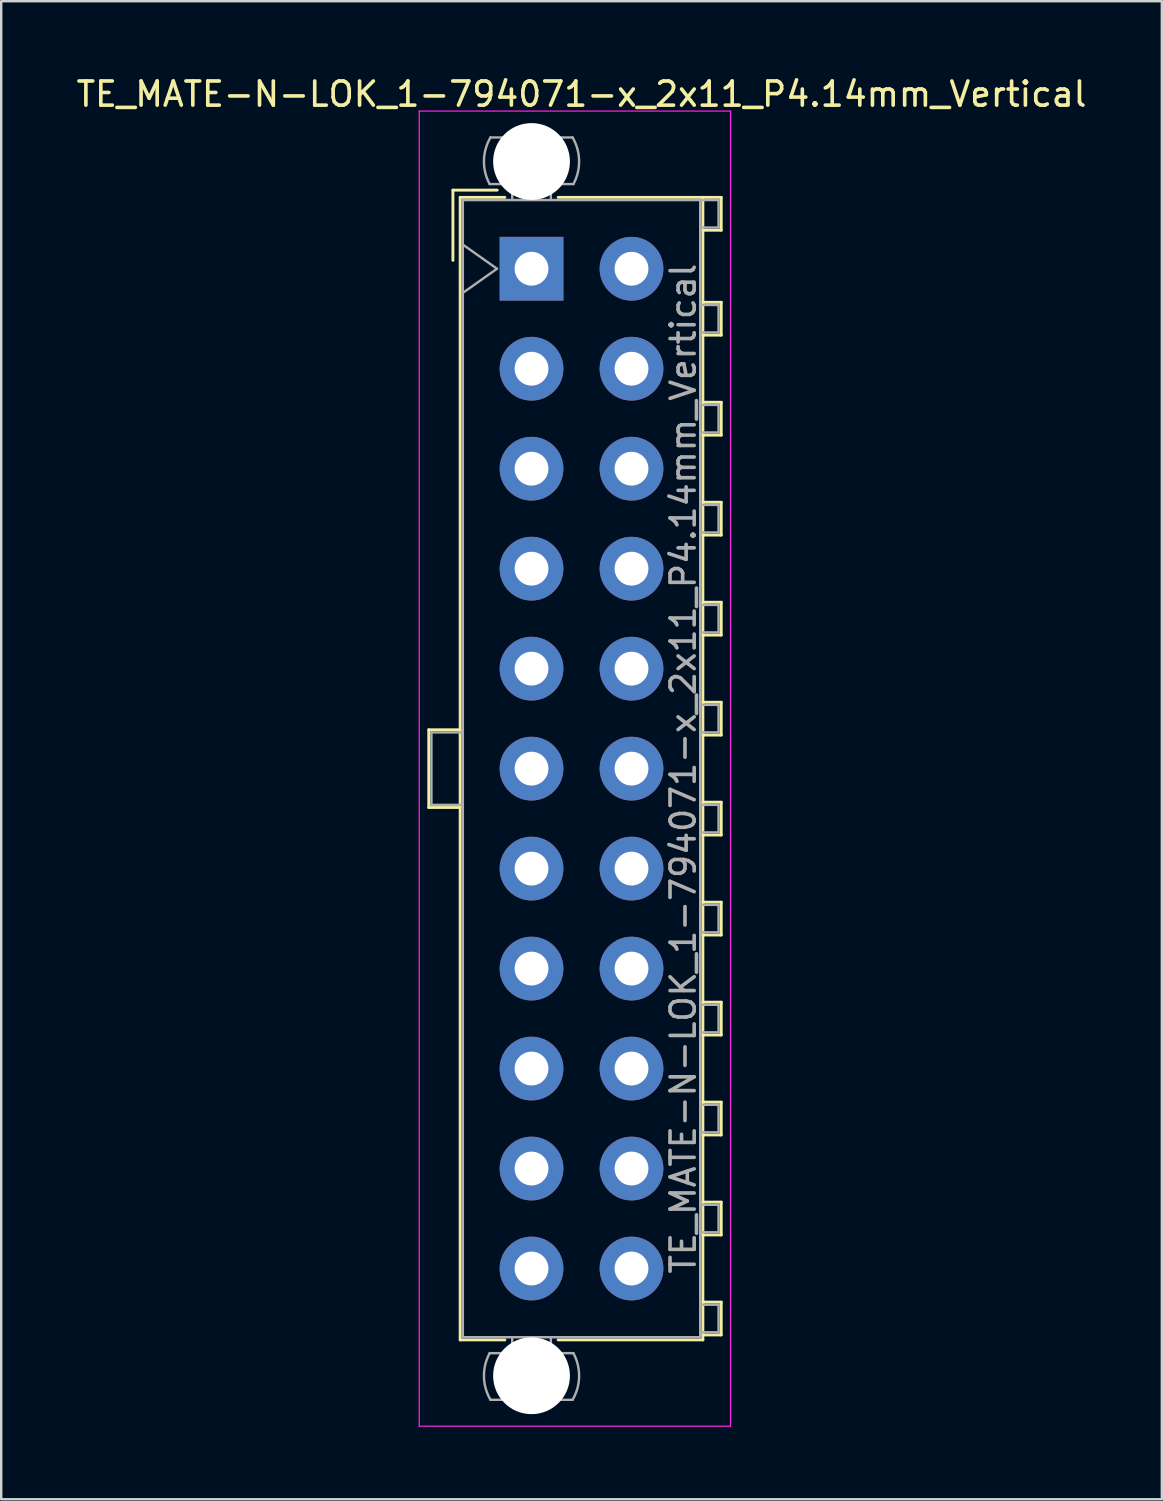
<source format=kicad_pcb>
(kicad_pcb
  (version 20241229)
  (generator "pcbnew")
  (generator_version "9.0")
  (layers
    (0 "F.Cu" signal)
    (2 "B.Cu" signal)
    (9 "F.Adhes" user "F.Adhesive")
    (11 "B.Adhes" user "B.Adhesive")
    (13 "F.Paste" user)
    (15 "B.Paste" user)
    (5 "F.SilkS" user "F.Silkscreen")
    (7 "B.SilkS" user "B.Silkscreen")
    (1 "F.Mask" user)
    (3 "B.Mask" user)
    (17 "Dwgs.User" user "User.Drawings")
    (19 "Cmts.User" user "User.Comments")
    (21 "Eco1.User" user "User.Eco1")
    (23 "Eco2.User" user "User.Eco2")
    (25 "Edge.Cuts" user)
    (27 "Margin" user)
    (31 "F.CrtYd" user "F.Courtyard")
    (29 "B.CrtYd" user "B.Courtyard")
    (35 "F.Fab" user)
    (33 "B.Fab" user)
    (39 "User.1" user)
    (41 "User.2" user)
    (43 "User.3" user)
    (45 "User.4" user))
  (footprint "TE_MATE-N-LOK_1-794071-x_2x11_P4.14mm_Vertical"
    (layer "F.Cu")
    (at 18.96 8.078)
    (property "Reference" "TE_MATE-N-LOK_1-794071-x_2x11_P4.14mm_Vertical" (at 2.07 -7.23 0) (layer "F.SilkS") (effects (font (size 1 1) (thickness 0.15))))
    (attr through_hole)
    (fp_line (start -4.255 19.09) (end -4.255 22.31) (stroke (width 0.12) (type solid)) (layer "F.SilkS"))
    (fp_line (start -4.255 22.31) (end -2.955 22.31) (stroke (width 0.12) (type solid)) (layer "F.SilkS"))
    (fp_line (start -3.255 -3.255) (end -3.255 -0.345) (stroke (width 0.12) (type solid)) (layer "F.SilkS"))
    (fp_line (start -2.955 -2.955) (end -2.955 44.355) (stroke (width 0.12) (type solid)) (layer "F.SilkS"))
    (fp_line (start -2.955 19.09) (end -4.255 19.09) (stroke (width 0.12) (type solid)) (layer "F.SilkS"))
    (fp_line (start -2.955 44.355) (end -1.103 44.355) (stroke (width 0.12) (type solid)) (layer "F.SilkS"))
    (fp_line (start -1.421 -3.255) (end -3.255 -3.255) (stroke (width 0.12) (type solid)) (layer "F.SilkS"))
    (fp_line (start -1.103 -2.955) (end -2.955 -2.955) (stroke (width 0.12) (type solid)) (layer "F.SilkS"))
    (fp_line (start 1.103 -2.955) (end 7.095 -2.955) (stroke (width 0.12) (type solid)) (layer "F.SilkS"))
    (fp_line (start 7.095 -2.955) (end 7.095 44.355) (stroke (width 0.12) (type solid)) (layer "F.SilkS"))
    (fp_line (start 7.095 -2.955) (end 7.855 -2.955) (stroke (width 0.12) (type solid)) (layer "F.SilkS"))
    (fp_line (start 7.095 1.39) (end 7.855 1.39) (stroke (width 0.12) (type solid)) (layer "F.SilkS"))
    (fp_line (start 7.095 5.53) (end 7.855 5.53) (stroke (width 0.12) (type solid)) (layer "F.SilkS"))
    (fp_line (start 7.095 9.67) (end 7.855 9.67) (stroke (width 0.12) (type solid)) (layer "F.SilkS"))
    (fp_line (start 7.095 13.81) (end 7.855 13.81) (stroke (width 0.12) (type solid)) (layer "F.SilkS"))
    (fp_line (start 7.095 17.95) (end 7.855 17.95) (stroke (width 0.12) (type solid)) (layer "F.SilkS"))
    (fp_line (start 7.095 22.09) (end 7.855 22.09) (stroke (width 0.12) (type solid)) (layer "F.SilkS"))
    (fp_line (start 7.095 26.23) (end 7.855 26.23) (stroke (width 0.12) (type solid)) (layer "F.SilkS"))
    (fp_line (start 7.095 30.37) (end 7.855 30.37) (stroke (width 0.12) (type solid)) (layer "F.SilkS"))
    (fp_line (start 7.095 34.51) (end 7.855 34.51) (stroke (width 0.12) (type solid)) (layer "F.SilkS"))
    (fp_line (start 7.095 38.65) (end 7.855 38.65) (stroke (width 0.12) (type solid)) (layer "F.SilkS"))
    (fp_line (start 7.095 42.79) (end 7.855 42.79) (stroke (width 0.12) (type solid)) (layer "F.SilkS"))
    (fp_line (start 7.095 44.355) (end 1.103 44.355) (stroke (width 0.12) (type solid)) (layer "F.SilkS"))
    (fp_line (start 7.855 -2.955) (end 7.855 -1.595) (stroke (width 0.12) (type solid)) (layer "F.SilkS"))
    (fp_line (start 7.855 -1.595) (end 7.095 -1.595) (stroke (width 0.12) (type solid)) (layer "F.SilkS"))
    (fp_line (start 7.855 1.39) (end 7.855 2.75) (stroke (width 0.12) (type solid)) (layer "F.SilkS"))
    (fp_line (start 7.855 2.75) (end 7.095 2.75) (stroke (width 0.12) (type solid)) (layer "F.SilkS"))
    (fp_line (start 7.855 5.53) (end 7.855 6.89) (stroke (width 0.12) (type solid)) (layer "F.SilkS"))
    (fp_line (start 7.855 6.89) (end 7.095 6.89) (stroke (width 0.12) (type solid)) (layer "F.SilkS"))
    (fp_line (start 7.855 9.67) (end 7.855 11.03) (stroke (width 0.12) (type solid)) (layer "F.SilkS"))
    (fp_line (start 7.855 11.03) (end 7.095 11.03) (stroke (width 0.12) (type solid)) (layer "F.SilkS"))
    (fp_line (start 7.855 13.81) (end 7.855 15.17) (stroke (width 0.12) (type solid)) (layer "F.SilkS"))
    (fp_line (start 7.855 15.17) (end 7.095 15.17) (stroke (width 0.12) (type solid)) (layer "F.SilkS"))
    (fp_line (start 7.855 17.95) (end 7.855 19.31) (stroke (width 0.12) (type solid)) (layer "F.SilkS"))
    (fp_line (start 7.855 19.31) (end 7.095 19.31) (stroke (width 0.12) (type solid)) (layer "F.SilkS"))
    (fp_line (start 7.855 22.09) (end 7.855 23.45) (stroke (width 0.12) (type solid)) (layer "F.SilkS"))
    (fp_line (start 7.855 23.45) (end 7.095 23.45) (stroke (width 0.12) (type solid)) (layer "F.SilkS"))
    (fp_line (start 7.855 26.23) (end 7.855 27.59) (stroke (width 0.12) (type solid)) (layer "F.SilkS"))
    (fp_line (start 7.855 27.59) (end 7.095 27.59) (stroke (width 0.12) (type solid)) (layer "F.SilkS"))
    (fp_line (start 7.855 30.37) (end 7.855 31.73) (stroke (width 0.12) (type solid)) (layer "F.SilkS"))
    (fp_line (start 7.855 31.73) (end 7.095 31.73) (stroke (width 0.12) (type solid)) (layer "F.SilkS"))
    (fp_line (start 7.855 34.51) (end 7.855 35.87) (stroke (width 0.12) (type solid)) (layer "F.SilkS"))
    (fp_line (start 7.855 35.87) (end 7.095 35.87) (stroke (width 0.12) (type solid)) (layer "F.SilkS"))
    (fp_line (start 7.855 38.65) (end 7.855 40.01) (stroke (width 0.12) (type solid)) (layer "F.SilkS"))
    (fp_line (start 7.855 40.01) (end 7.095 40.01) (stroke (width 0.12) (type solid)) (layer "F.SilkS"))
    (fp_line (start 7.855 42.79) (end 7.855 44.15) (stroke (width 0.12) (type solid)) (layer "F.SilkS"))
    (fp_line (start 7.855 44.15) (end 7.095 44.15) (stroke (width 0.12) (type solid)) (layer "F.SilkS"))
    (fp_line (start -4.65 -6.53) (end -4.65 47.93) (stroke (width 0.05) (type solid)) (layer "F.CrtYd"))
    (fp_line (start -4.65 47.93) (end 8.24 47.93) (stroke (width 0.05) (type solid)) (layer "F.CrtYd"))
    (fp_line (start 8.24 -6.53) (end -4.65 -6.53) (stroke (width 0.05) (type solid)) (layer "F.CrtYd"))
    (fp_line (start 8.24 47.93) (end 8.24 -6.53) (stroke (width 0.05) (type solid)) (layer "F.CrtYd"))
    (fp_line (start -4.145 19.2) (end -4.145 22.2) (stroke (width 0.1) (type solid)) (layer "F.Fab"))
    (fp_line (start -4.145 22.2) (end -2.845 22.2) (stroke (width 0.1) (type solid)) (layer "F.Fab"))
    (fp_line (start -2.845 -2.845) (end -2.845 44.245) (stroke (width 0.1) (type solid)) (layer "F.Fab"))
    (fp_line (start -2.845 -1) (end -1.431 0) (stroke (width 0.1) (type solid)) (layer "F.Fab"))
    (fp_line (start -2.845 19.2) (end -4.145 19.2) (stroke (width 0.1) (type solid)) (layer "F.Fab"))
    (fp_line (start -2.845 44.245) (end 6.985 44.245) (stroke (width 0.1) (type solid)) (layer "F.Fab"))
    (fp_line (start -1.431 0) (end -2.845 1) (stroke (width 0.1) (type solid)) (layer "F.Fab"))
    (fp_line (start -0.8 -2.845) (end -0.8 -3.505) (stroke (width 0.1) (type solid)) (layer "F.Fab"))
    (fp_line (start -0.8 44.245) (end -0.8 44.905) (stroke (width 0.1) (type solid)) (layer "F.Fab"))
    (fp_line (start 0.8 -2.845) (end 0.8 -3.505) (stroke (width 0.1) (type solid)) (layer "F.Fab"))
    (fp_line (start 0.8 44.245) (end 0.8 44.905) (stroke (width 0.1) (type solid)) (layer "F.Fab"))
    (fp_line (start 1.7 -5.436) (end -1.7 -5.436) (stroke (width 0.1) (type solid)) (layer "F.Fab"))
    (fp_line (start 1.7 46.836) (end -1.7 46.836) (stroke (width 0.1) (type solid)) (layer "F.Fab"))
    (fp_line (start 1.734 -3.505) (end -1.734 -3.505) (stroke (width 0.1) (type solid)) (layer "F.Fab"))
    (fp_line (start 1.734 44.905) (end -1.734 44.905) (stroke (width 0.1) (type solid)) (layer "F.Fab"))
    (fp_line (start 6.985 -2.845) (end -2.845 -2.845) (stroke (width 0.1) (type solid)) (layer "F.Fab"))
    (fp_line (start 6.985 -2.845) (end 7.745 -2.845) (stroke (width 0.1) (type solid)) (layer "F.Fab"))
    (fp_line (start 6.985 1.5) (end 7.745 1.5) (stroke (width 0.1) (type solid)) (layer "F.Fab"))
    (fp_line (start 6.985 5.64) (end 7.745 5.64) (stroke (width 0.1) (type solid)) (layer "F.Fab"))
    (fp_line (start 6.985 9.78) (end 7.745 9.78) (stroke (width 0.1) (type solid)) (layer "F.Fab"))
    (fp_line (start 6.985 13.92) (end 7.745 13.92) (stroke (width 0.1) (type solid)) (layer "F.Fab"))
    (fp_line (start 6.985 18.06) (end 7.745 18.06) (stroke (width 0.1) (type solid)) (layer "F.Fab"))
    (fp_line (start 6.985 22.2) (end 7.745 22.2) (stroke (width 0.1) (type solid)) (layer "F.Fab"))
    (fp_line (start 6.985 26.34) (end 7.745 26.34) (stroke (width 0.1) (type solid)) (layer "F.Fab"))
    (fp_line (start 6.985 30.48) (end 7.745 30.48) (stroke (width 0.1) (type solid)) (layer "F.Fab"))
    (fp_line (start 6.985 34.62) (end 7.745 34.62) (stroke (width 0.1) (type solid)) (layer "F.Fab"))
    (fp_line (start 6.985 38.76) (end 7.745 38.76) (stroke (width 0.1) (type solid)) (layer "F.Fab"))
    (fp_line (start 6.985 42.9) (end 7.745 42.9) (stroke (width 0.1) (type solid)) (layer "F.Fab"))
    (fp_line (start 6.985 44.245) (end 6.985 -2.845) (stroke (width 0.1) (type solid)) (layer "F.Fab"))
    (fp_line (start 7.745 -2.845) (end 7.745 -1.705) (stroke (width 0.1) (type solid)) (layer "F.Fab"))
    (fp_line (start 7.745 -1.705) (end 6.985 -1.705) (stroke (width 0.1) (type solid)) (layer "F.Fab"))
    (fp_line (start 7.745 1.5) (end 7.745 2.64) (stroke (width 0.1) (type solid)) (layer "F.Fab"))
    (fp_line (start 7.745 2.64) (end 6.985 2.64) (stroke (width 0.1) (type solid)) (layer "F.Fab"))
    (fp_line (start 7.745 5.64) (end 7.745 6.78) (stroke (width 0.1) (type solid)) (layer "F.Fab"))
    (fp_line (start 7.745 6.78) (end 6.985 6.78) (stroke (width 0.1) (type solid)) (layer "F.Fab"))
    (fp_line (start 7.745 9.78) (end 7.745 10.92) (stroke (width 0.1) (type solid)) (layer "F.Fab"))
    (fp_line (start 7.745 10.92) (end 6.985 10.92) (stroke (width 0.1) (type solid)) (layer "F.Fab"))
    (fp_line (start 7.745 13.92) (end 7.745 15.06) (stroke (width 0.1) (type solid)) (layer "F.Fab"))
    (fp_line (start 7.745 15.06) (end 6.985 15.06) (stroke (width 0.1) (type solid)) (layer "F.Fab"))
    (fp_line (start 7.745 18.06) (end 7.745 19.2) (stroke (width 0.1) (type solid)) (layer "F.Fab"))
    (fp_line (start 7.745 19.2) (end 6.985 19.2) (stroke (width 0.1) (type solid)) (layer "F.Fab"))
    (fp_line (start 7.745 22.2) (end 7.745 23.34) (stroke (width 0.1) (type solid)) (layer "F.Fab"))
    (fp_line (start 7.745 23.34) (end 6.985 23.34) (stroke (width 0.1) (type solid)) (layer "F.Fab"))
    (fp_line (start 7.745 26.34) (end 7.745 27.48) (stroke (width 0.1) (type solid)) (layer "F.Fab"))
    (fp_line (start 7.745 27.48) (end 6.985 27.48) (stroke (width 0.1) (type solid)) (layer "F.Fab"))
    (fp_line (start 7.745 30.48) (end 7.745 31.62) (stroke (width 0.1) (type solid)) (layer "F.Fab"))
    (fp_line (start 7.745 31.62) (end 6.985 31.62) (stroke (width 0.1) (type solid)) (layer "F.Fab"))
    (fp_line (start 7.745 34.62) (end 7.745 35.76) (stroke (width 0.1) (type solid)) (layer "F.Fab"))
    (fp_line (start 7.745 35.76) (end 6.985 35.76) (stroke (width 0.1) (type solid)) (layer "F.Fab"))
    (fp_line (start 7.745 38.76) (end 7.745 39.9) (stroke (width 0.1) (type solid)) (layer "F.Fab"))
    (fp_line (start 7.745 39.9) (end 6.985 39.9) (stroke (width 0.1) (type solid)) (layer "F.Fab"))
    (fp_line (start 7.745 42.9) (end 7.745 44.04) (stroke (width 0.1) (type solid)) (layer "F.Fab"))
    (fp_line (start 7.745 44.04) (end 6.985 44.04) (stroke (width 0.1) (type solid)) (layer "F.Fab"))
    (fp_arc (start -1.733977 -3.505) (mid -1.96969 -4.474992) (end -1.699672 -5.436) (stroke (width 0.1) (type solid)) (layer "F.Fab"))
    (fp_arc (start -1.699672 46.836) (mid -1.969689 45.874992) (end -1.733977 44.905) (stroke (width 0.1) (type solid)) (layer "F.Fab"))
    (fp_arc (start 1.699672 -5.436) (mid 1.969689 -4.474992) (end 1.733977 -3.505) (stroke (width 0.1) (type solid)) (layer "F.Fab"))
    (fp_arc (start 1.733977 44.905) (mid 1.96969 45.874992) (end 1.699672 46.836) (stroke (width 0.1) (type solid)) (layer "F.Fab"))
    (fp_text user "${REFERENCE}" (at 6.28 20.7 90) (layer "F.Fab") (effects (font (size 1 1) (thickness 0.15))))
    (pad "" np_thru_hole circle (at 0 -4.44) (size 3.18 3.18) (drill 3.18) (layers "*.Cu" "*.Mask"))
    (pad "" np_thru_hole circle (at 0 45.84) (size 3.18 3.18) (drill 3.18) (layers "*.Cu" "*.Mask"))
    (pad "1" thru_hole rect (at 0 0) (size 2.64 2.64) (drill 1.4) (layers "*.Cu" "*.Mask"))
    (pad "2" thru_hole circle (at 0 4.14) (size 2.64 2.64) (drill 1.4) (layers "*.Cu" "*.Mask"))
    (pad "3" thru_hole circle (at 0 8.28) (size 2.64 2.64) (drill 1.4) (layers "*.Cu" "*.Mask"))
    (pad "4" thru_hole circle (at 0 12.42) (size 2.64 2.64) (drill 1.4) (layers "*.Cu" "*.Mask"))
    (pad "5" thru_hole circle (at 0 16.56) (size 2.64 2.64) (drill 1.4) (layers "*.Cu" "*.Mask"))
    (pad "6" thru_hole circle (at 0 20.7) (size 2.64 2.64) (drill 1.4) (layers "*.Cu" "*.Mask"))
    (pad "7" thru_hole circle (at 0 24.84) (size 2.64 2.64) (drill 1.4) (layers "*.Cu" "*.Mask"))
    (pad "8" thru_hole circle (at 0 28.98) (size 2.64 2.64) (drill 1.4) (layers "*.Cu" "*.Mask"))
    (pad "9" thru_hole circle (at 0 33.12) (size 2.64 2.64) (drill 1.4) (layers "*.Cu" "*.Mask"))
    (pad "10" thru_hole circle (at 0 37.26) (size 2.64 2.64) (drill 1.4) (layers "*.Cu" "*.Mask"))
    (pad "11" thru_hole circle (at 0 41.4) (size 2.64 2.64) (drill 1.4) (layers "*.Cu" "*.Mask"))
    (pad "12" thru_hole circle (at 4.14 0) (size 2.64 2.64) (drill 1.4) (layers "*.Cu" "*.Mask"))
    (pad "13" thru_hole circle (at 4.14 4.14) (size 2.64 2.64) (drill 1.4) (layers "*.Cu" "*.Mask"))
    (pad "14" thru_hole circle (at 4.14 8.28) (size 2.64 2.64) (drill 1.4) (layers "*.Cu" "*.Mask"))
    (pad "15" thru_hole circle (at 4.14 12.42) (size 2.64 2.64) (drill 1.4) (layers "*.Cu" "*.Mask"))
    (pad "16" thru_hole circle (at 4.14 16.56) (size 2.64 2.64) (drill 1.4) (layers "*.Cu" "*.Mask"))
    (pad "17" thru_hole circle (at 4.14 20.7) (size 2.64 2.64) (drill 1.4) (layers "*.Cu" "*.Mask"))
    (pad "18" thru_hole circle (at 4.14 24.84) (size 2.64 2.64) (drill 1.4) (layers "*.Cu" "*.Mask"))
    (pad "19" thru_hole circle (at 4.14 28.98) (size 2.64 2.64) (drill 1.4) (layers "*.Cu" "*.Mask"))
    (pad "20" thru_hole circle (at 4.14 33.12) (size 2.64 2.64) (drill 1.4) (layers "*.Cu" "*.Mask"))
    (pad "21" thru_hole circle (at 4.14 37.26) (size 2.64 2.64) (drill 1.4) (layers "*.Cu" "*.Mask"))
    (pad "22" thru_hole circle (at 4.14 41.4) (size 2.64 2.64) (drill 1.4) (layers "*.Cu" "*.Mask")))
  (gr_rect
    (start -3 -3)
    (end 45.06 59.033)
    (stroke (width 0.1) (type default))
    (fill no)
    (layer "Edge.Cuts")))
</source>
